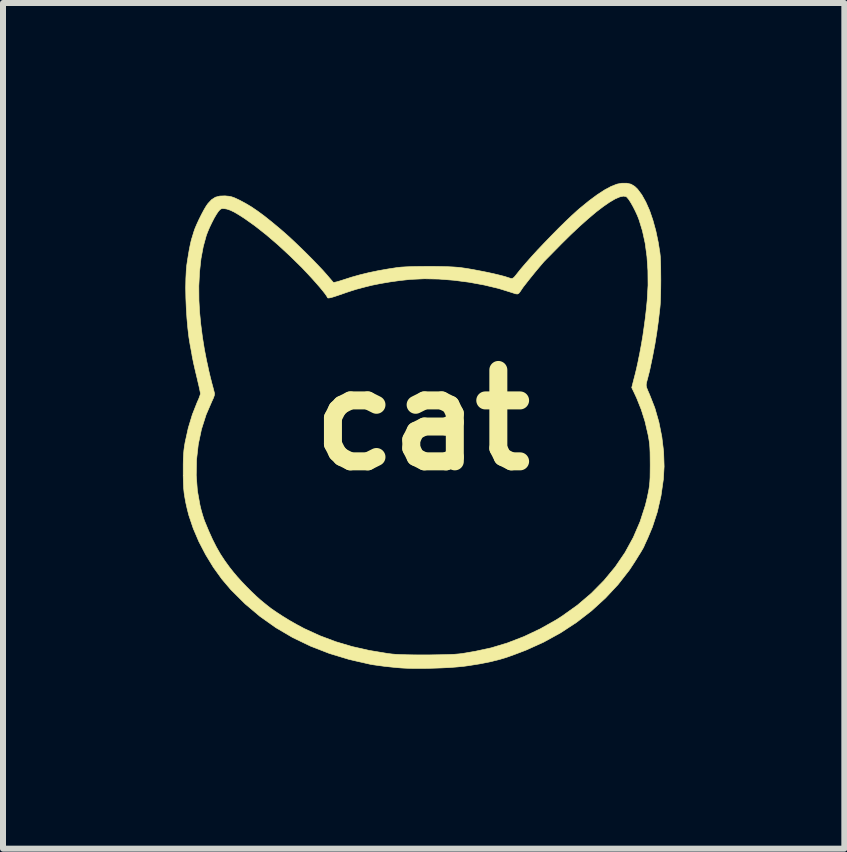
<source format=kicad_pcb>
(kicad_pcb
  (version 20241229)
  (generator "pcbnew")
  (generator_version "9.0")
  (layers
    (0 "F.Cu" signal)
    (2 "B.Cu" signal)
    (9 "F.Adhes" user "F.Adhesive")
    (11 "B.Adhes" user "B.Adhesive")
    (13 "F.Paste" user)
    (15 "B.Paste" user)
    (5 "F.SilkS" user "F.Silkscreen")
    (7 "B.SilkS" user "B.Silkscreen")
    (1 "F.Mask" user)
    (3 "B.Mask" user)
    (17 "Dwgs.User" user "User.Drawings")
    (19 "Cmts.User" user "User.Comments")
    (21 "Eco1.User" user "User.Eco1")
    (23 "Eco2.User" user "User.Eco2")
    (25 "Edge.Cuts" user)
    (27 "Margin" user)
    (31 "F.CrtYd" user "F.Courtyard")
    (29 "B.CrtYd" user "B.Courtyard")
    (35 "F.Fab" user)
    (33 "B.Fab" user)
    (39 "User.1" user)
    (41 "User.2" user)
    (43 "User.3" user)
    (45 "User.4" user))
  (footprint "cat"
    (layer "F.Cu")
    (at 3.989 3.953)
    (property "Reference" "cat" (at 0 0 0) (layer "F.SilkS") (effects (font (size 1.524 1.524) (thickness 0.3))))
    (attr through_hole)
    (fp_poly (pts (xy 3.483 -3.932) (xy 3.544 -3.895) (xy 3.591 -3.85) (xy 3.662 -3.755) (xy 3.729 -3.635) (xy 3.792 -3.493) (xy 3.847 -3.332) (xy 3.896 -3.154) (xy 3.936 -2.963) (xy 3.964 -2.787) (xy 3.97 -2.73) (xy 3.974 -2.65) (xy 3.977 -2.553) (xy 3.978 -2.444) (xy 3.979 -2.33) (xy 3.978 -2.215) (xy 3.976 -2.106) (xy 3.973 -2.007) (xy 3.969 -1.924) (xy 3.965 -1.879) (xy 3.94 -1.661) (xy 3.912 -1.457) (xy 3.88 -1.259) (xy 3.841 -1.054) (xy 3.796 -0.84) (xy 3.786 -0.797) (xy 3.771 -0.74) (xy 3.756 -0.68) (xy 3.755 -0.678) (xy 3.743 -0.632) (xy 3.736 -0.598) (xy 3.736 -0.569) (xy 3.744 -0.537) (xy 3.76 -0.496) (xy 3.786 -0.437) (xy 3.792 -0.423) (xy 3.879 -0.202) (xy 3.947 0.035) (xy 3.996 0.281) (xy 4.026 0.53) (xy 4.034 0.775) (xy 4.022 0.985) (xy 3.982 1.265) (xy 3.921 1.532) (xy 3.839 1.784) (xy 3.761 1.97) (xy 3.735 2.026) (xy 3.714 2.072) (xy 3.701 2.102) (xy 3.697 2.111) (xy 3.69 2.126) (xy 3.67 2.161) (xy 3.642 2.209) (xy 3.606 2.266) (xy 3.568 2.328) (xy 3.529 2.389) (xy 3.493 2.444) (xy 3.463 2.49) (xy 3.453 2.504) (xy 3.266 2.744) (xy 3.056 2.969) (xy 2.825 3.18) (xy 2.574 3.374) (xy 2.307 3.549) (xy 2.025 3.704) (xy 1.731 3.837) (xy 1.6 3.887) (xy 1.523 3.916) (xy 1.467 3.936) (xy 1.425 3.951) (xy 1.39 3.963) (xy 1.359 3.972) (xy 1.323 3.983) (xy 1.291 3.992) (xy 1.137 4.031) (xy 0.96 4.066) (xy 0.764 4.097) (xy 0.698 4.106) (xy 0.589 4.117) (xy 0.459 4.127) (xy 0.315 4.134) (xy 0.164 4.139) (xy 0.013 4.142) (xy -0.131 4.142) (xy -0.26 4.139) (xy -0.339 4.135) (xy -0.426 4.128) (xy -0.525 4.118) (xy -0.627 4.107) (xy -0.725 4.094) (xy -0.81 4.082) (xy -0.864 4.073) (xy -1.215 3.993) (xy -1.548 3.892) (xy -1.862 3.77) (xy -2.159 3.627) (xy -2.44 3.462) (xy -2.704 3.275) (xy -2.953 3.065) (xy -3.187 2.832) (xy -3.19 2.829) (xy -3.341 2.651) (xy -3.482 2.455) (xy -3.61 2.245) (xy -3.723 2.028) (xy -3.817 1.808) (xy -3.89 1.591) (xy -3.917 1.486) (xy -3.94 1.385) (xy -3.956 1.298) (xy -3.969 1.217) (xy -3.977 1.136) (xy -3.981 1.047) (xy -3.984 0.942) (xy -3.984 0.922) (xy -3.767 0.922) (xy -3.748 1.178) (xy -3.705 1.418) (xy -3.685 1.501) (xy -3.662 1.581) (xy -3.64 1.65) (xy -3.627 1.686) (xy -3.559 1.85) (xy -3.495 1.992) (xy -3.431 2.118) (xy -3.365 2.234) (xy -3.292 2.345) (xy -3.21 2.458) (xy -3.145 2.54) (xy -3.085 2.611) (xy -3.011 2.693) (xy -2.93 2.778) (xy -2.846 2.862) (xy -2.767 2.937) (xy -2.698 2.999) (xy -2.681 3.013) (xy -2.641 3.046) (xy -2.605 3.075) (xy -2.589 3.088) (xy -2.519 3.143) (xy -2.429 3.205) (xy -2.326 3.272) (xy -2.214 3.341) (xy -2.1 3.406) (xy -1.99 3.465) (xy -1.961 3.48) (xy -1.705 3.597) (xy -1.442 3.696) (xy -1.169 3.777) (xy -0.881 3.842) (xy -0.574 3.893) (xy -0.501 3.902) (xy -0.441 3.907) (xy -0.359 3.911) (xy -0.259 3.914) (xy -0.146 3.916) (xy -0.026 3.917) (xy 0.098 3.917) (xy 0.222 3.915) (xy 0.339 3.913) (xy 0.446 3.91) (xy 0.539 3.906) (xy 0.612 3.9) (xy 0.656 3.895) (xy 0.719 3.885) (xy 0.794 3.872) (xy 0.869 3.859) (xy 0.882 3.857) (xy 1.151 3.799) (xy 1.425 3.716) (xy 1.699 3.61) (xy 1.969 3.482) (xy 2.232 3.334) (xy 2.335 3.268) (xy 2.59 3.086) (xy 2.822 2.888) (xy 3.032 2.675) (xy 3.219 2.449) (xy 3.382 2.21) (xy 3.52 1.958) (xy 3.633 1.696) (xy 3.721 1.424) (xy 3.752 1.298) (xy 3.768 1.22) (xy 3.781 1.154) (xy 3.79 1.092) (xy 3.796 1.029) (xy 3.8 0.958) (xy 3.801 0.873) (xy 3.802 0.768) (xy 3.802 0.734) (xy 3.801 0.626) (xy 3.8 0.54) (xy 3.797 0.47) (xy 3.793 0.411) (xy 3.786 0.356) (xy 3.777 0.3) (xy 3.765 0.237) (xy 3.764 0.233) (xy 3.715 0.022) (xy 3.653 -0.174) (xy 3.576 -0.367) (xy 3.531 -0.464) (xy 3.494 -0.54) (xy 3.534 -0.697) (xy 3.551 -0.762) (xy 3.564 -0.815) (xy 3.575 -0.861) (xy 3.585 -0.907) (xy 3.597 -0.961) (xy 3.61 -1.027) (xy 3.628 -1.113) (xy 3.632 -1.136) (xy 3.655 -1.259) (xy 3.679 -1.402) (xy 3.701 -1.556) (xy 3.722 -1.712) (xy 3.739 -1.863) (xy 3.752 -1.997) (xy 3.766 -2.246) (xy 3.764 -2.49) (xy 3.748 -2.725) (xy 3.718 -2.948) (xy 3.673 -3.153) (xy 3.616 -3.339) (xy 3.59 -3.406) (xy 3.556 -3.48) (xy 3.519 -3.553) (xy 3.482 -3.619) (xy 3.447 -3.674) (xy 3.417 -3.711) (xy 3.401 -3.725) (xy 3.357 -3.733) (xy 3.295 -3.72) (xy 3.218 -3.687) (xy 3.126 -3.633) (xy 3.02 -3.56) (xy 2.901 -3.469) (xy 2.771 -3.359) (xy 2.629 -3.233) (xy 2.477 -3.09) (xy 2.316 -2.931) (xy 2.286 -2.9) (xy 2.221 -2.834) (xy 2.161 -2.773) (xy 2.111 -2.722) (xy 2.072 -2.683) (xy 2.049 -2.659) (xy 2.044 -2.655) (xy 2.018 -2.626) (xy 1.979 -2.58) (xy 1.93 -2.522) (xy 1.876 -2.457) (xy 1.821 -2.389) (xy 1.769 -2.324) (xy 1.723 -2.265) (xy 1.687 -2.219) (xy 1.666 -2.189) (xy 1.634 -2.141) (xy 1.611 -2.112) (xy 1.589 -2.101) (xy 1.559 -2.104) (xy 1.516 -2.118) (xy 1.495 -2.125) (xy 1.273 -2.194) (xy 1.034 -2.251) (xy 0.784 -2.297) (xy 0.53 -2.33) (xy 0.279 -2.35) (xy 0.038 -2.355) (xy -0.188 -2.345) (xy -0.208 -2.343) (xy -0.369 -2.326) (xy -0.533 -2.303) (xy -0.692 -2.276) (xy -0.837 -2.247) (xy -0.938 -2.222) (xy -0.999 -2.206) (xy -1.062 -2.189) (xy -1.094 -2.181) (xy -1.135 -2.168) (xy -1.195 -2.149) (xy -1.265 -2.126) (xy -1.333 -2.102) (xy -1.424 -2.071) (xy -1.492 -2.049) (xy -1.538 -2.037) (xy -1.567 -2.034) (xy -1.579 -2.039) (xy -1.58 -2.043) (xy -1.59 -2.063) (xy -1.616 -2.101) (xy -1.656 -2.152) (xy -1.708 -2.215) (xy -1.769 -2.285) (xy -1.836 -2.36) (xy -1.906 -2.436) (xy -1.977 -2.511) (xy -2.006 -2.542) (xy -2.205 -2.737) (xy -2.404 -2.921) (xy -2.599 -3.088) (xy -2.788 -3.237) (xy -2.961 -3.36) (xy -3.056 -3.421) (xy -3.134 -3.467) (xy -3.199 -3.498) (xy -3.255 -3.517) (xy -3.296 -3.524) (xy -3.333 -3.526) (xy -3.358 -3.518) (xy -3.384 -3.494) (xy -3.398 -3.478) (xy -3.429 -3.432) (xy -3.467 -3.368) (xy -3.506 -3.292) (xy -3.545 -3.211) (xy -3.578 -3.133) (xy -3.6 -3.074) (xy -3.65 -2.892) (xy -3.688 -2.689) (xy -3.712 -2.468) (xy -3.724 -2.235) (xy -3.722 -1.991) (xy -3.711 -1.798) (xy -3.691 -1.594) (xy -3.664 -1.384) (xy -3.631 -1.178) (xy -3.594 -0.988) (xy -3.586 -0.953) (xy -3.575 -0.904) (xy -3.563 -0.846) (xy -3.558 -0.823) (xy -3.547 -0.776) (xy -3.532 -0.713) (xy -3.514 -0.643) (xy -3.506 -0.611) (xy -3.489 -0.549) (xy -3.475 -0.495) (xy -3.465 -0.456) (xy -3.462 -0.443) (xy -3.464 -0.415) (xy -3.479 -0.37) (xy -3.504 -0.316) (xy -3.603 -0.087) (xy -3.68 0.155) (xy -3.733 0.406) (xy -3.762 0.663) (xy -3.767 0.922) (xy -3.984 0.922) (xy -3.984 0.847) (xy -3.984 0.735) (xy -3.982 0.646) (xy -3.978 0.572) (xy -3.973 0.507) (xy -3.965 0.446) (xy -3.954 0.381) (xy -3.953 0.374) (xy -3.9 0.134) (xy -3.832 -0.091) (xy -3.751 -0.296) (xy -3.745 -0.309) (xy -3.722 -0.361) (xy -3.706 -0.406) (xy -3.697 -0.435) (xy -3.697 -0.439) (xy -3.7 -0.462) (xy -3.709 -0.506) (xy -3.722 -0.566) (xy -3.739 -0.638) (xy -3.747 -0.674) (xy -3.771 -0.773) (xy -3.789 -0.85) (xy -3.803 -0.911) (xy -3.814 -0.959) (xy -3.822 -1) (xy -3.83 -1.039) (xy -3.838 -1.082) (xy -3.838 -1.087) (xy -3.849 -1.147) (xy -3.86 -1.207) (xy -3.867 -1.242) (xy -3.889 -1.376) (xy -3.907 -1.528) (xy -3.922 -1.693) (xy -3.933 -1.864) (xy -3.94 -2.036) (xy -3.943 -2.203) (xy -3.94 -2.358) (xy -3.933 -2.496) (xy -3.925 -2.582) (xy -3.913 -2.662) (xy -3.899 -2.749) (xy -3.884 -2.837) (xy -3.868 -2.918) (xy -3.853 -2.985) (xy -3.84 -3.032) (xy -3.839 -3.034) (xy -3.828 -3.07) (xy -3.814 -3.116) (xy -3.809 -3.133) (xy -3.789 -3.191) (xy -3.758 -3.264) (xy -3.72 -3.346) (xy -3.679 -3.428) (xy -3.638 -3.505) (xy -3.6 -3.569) (xy -3.571 -3.61) (xy -3.511 -3.674) (xy -3.447 -3.715) (xy -3.374 -3.734) (xy -3.284 -3.737) (xy -3.278 -3.736) (xy -3.223 -3.731) (xy -3.175 -3.721) (xy -3.125 -3.703) (xy -3.063 -3.674) (xy -3.044 -3.665) (xy -2.945 -3.612) (xy -2.846 -3.553) (xy -2.743 -3.483) (xy -2.632 -3.401) (xy -2.51 -3.304) (xy -2.374 -3.191) (xy -2.3 -3.127) (xy -2.219 -3.055) (xy -2.127 -2.969) (xy -2.028 -2.874) (xy -1.927 -2.775) (xy -1.828 -2.676) (xy -1.737 -2.581) (xy -1.657 -2.497) (xy -1.595 -2.427) (xy -1.553 -2.378) (xy -1.517 -2.336) (xy -1.492 -2.307) (xy -1.482 -2.296) (xy -1.465 -2.295) (xy -1.428 -2.303) (xy -1.375 -2.318) (xy -1.319 -2.336) (xy -1.176 -2.382) (xy -1.037 -2.421) (xy -0.894 -2.456) (xy -0.741 -2.488) (xy -0.572 -2.518) (xy -0.416 -2.542) (xy -0.353 -2.549) (xy -0.268 -2.554) (xy -0.164 -2.558) (xy -0.048 -2.56) (xy 0.075 -2.561) (xy 0.199 -2.561) (xy 0.32 -2.559) (xy 0.433 -2.556) (xy 0.531 -2.551) (xy 0.61 -2.545) (xy 0.635 -2.542) (xy 0.735 -2.528) (xy 0.846 -2.509) (xy 0.962 -2.487) (xy 1.078 -2.464) (xy 1.189 -2.44) (xy 1.289 -2.416) (xy 1.374 -2.394) (xy 1.436 -2.374) (xy 1.446 -2.371) (xy 1.48 -2.36) (xy 1.506 -2.361) (xy 1.531 -2.378) (xy 1.561 -2.413) (xy 1.574 -2.43) (xy 1.64 -2.513) (xy 1.723 -2.61) (xy 1.819 -2.719) (xy 1.926 -2.836) (xy 2.04 -2.956) (xy 2.157 -3.077) (xy 2.273 -3.195) (xy 2.385 -3.305) (xy 2.49 -3.405) (xy 2.583 -3.49) (xy 2.627 -3.528) (xy 2.781 -3.654) (xy 2.92 -3.757) (xy 3.043 -3.837) (xy 3.153 -3.896) (xy 3.248 -3.933) (xy 3.326 -3.948) (xy 3.413 -3.948) (xy 3.483 -3.932)) (stroke (width 0.01) (type solid)) (fill yes) (layer "F.SilkS")))
  (gr_rect
    (start -3 -3)
    (end 11.028 11.1)
    (stroke (width 0.1) (type default))
    (fill no)
    (layer "Edge.Cuts")))
</source>
